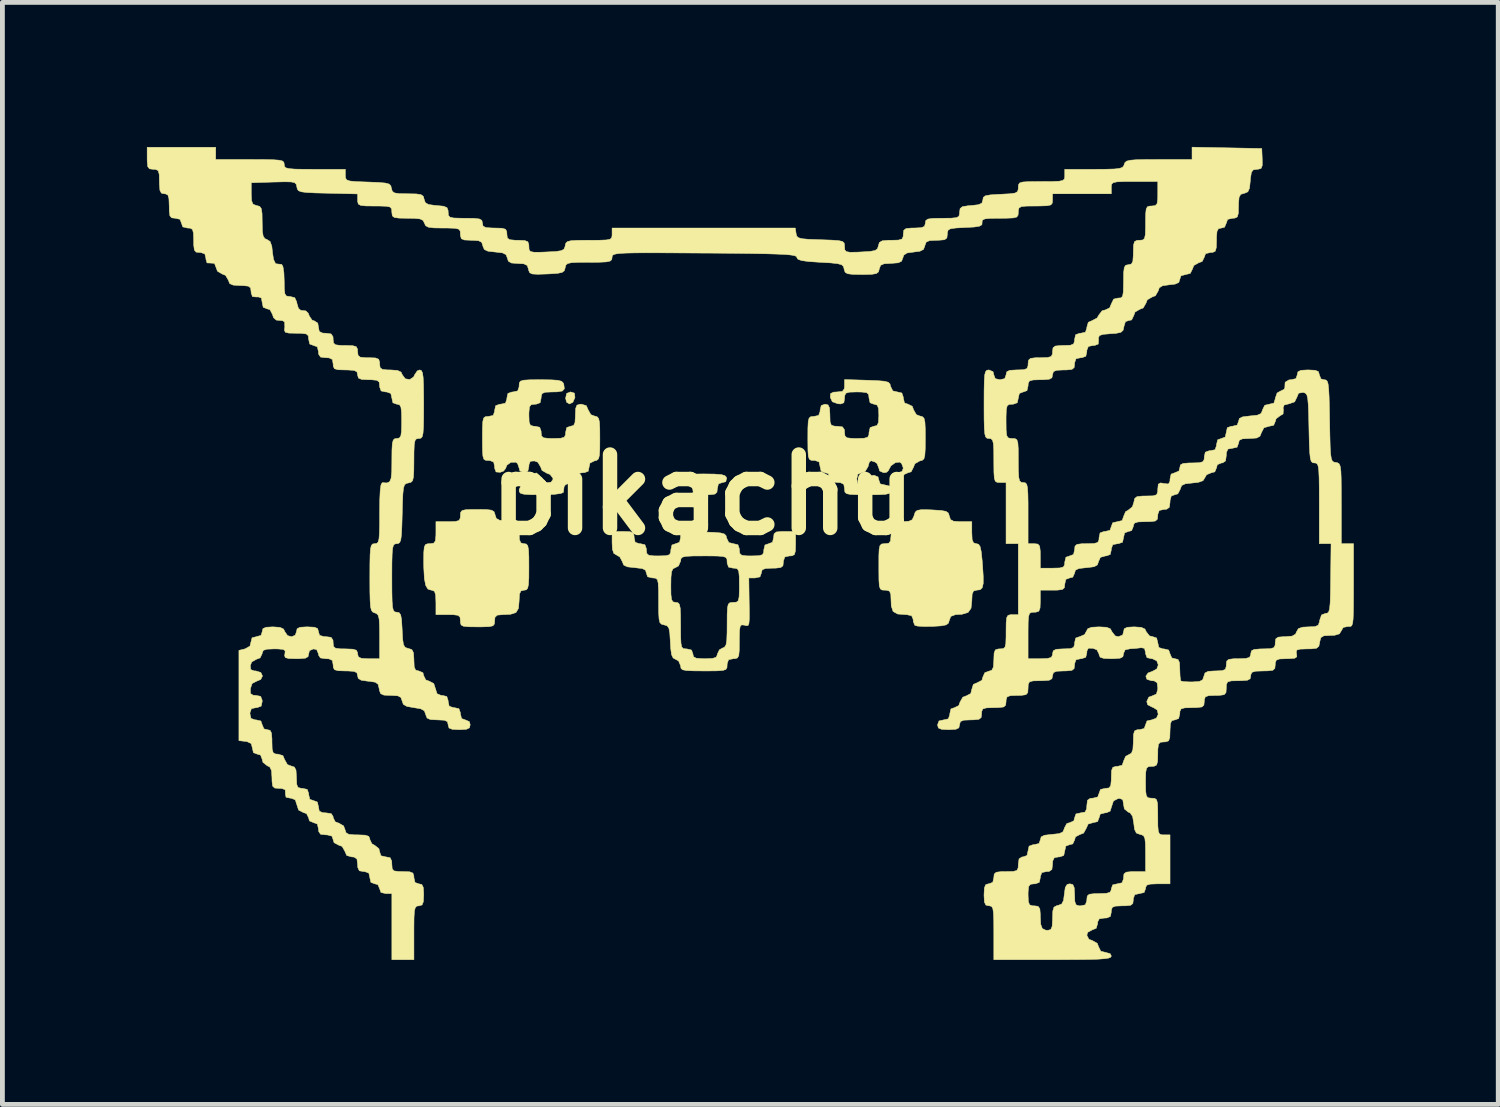
<source format=kicad_pcb>
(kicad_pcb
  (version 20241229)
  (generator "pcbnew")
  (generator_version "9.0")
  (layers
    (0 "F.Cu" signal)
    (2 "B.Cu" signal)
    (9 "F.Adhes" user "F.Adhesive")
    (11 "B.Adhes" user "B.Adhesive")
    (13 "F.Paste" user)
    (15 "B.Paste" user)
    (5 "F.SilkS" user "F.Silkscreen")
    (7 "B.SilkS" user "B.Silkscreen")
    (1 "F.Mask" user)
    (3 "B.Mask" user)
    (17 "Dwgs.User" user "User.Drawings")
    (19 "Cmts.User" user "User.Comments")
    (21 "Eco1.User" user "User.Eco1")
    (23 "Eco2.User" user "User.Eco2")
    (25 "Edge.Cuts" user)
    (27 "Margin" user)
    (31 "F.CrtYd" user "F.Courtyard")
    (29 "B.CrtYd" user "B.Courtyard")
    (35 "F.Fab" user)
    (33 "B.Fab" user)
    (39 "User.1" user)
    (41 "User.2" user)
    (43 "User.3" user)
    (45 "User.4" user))
  (footprint "pikachu"
    (layer "F.Cu")
    (at 11.537 7.221)
    (property "Reference" "pikachu" (at 0 0 0) (layer "F.SilkS") (effects (font (size 1.524 1.524) (thickness 0.3))))
    (attr through_hole)
    (fp_poly (pts (xy -3.95 -0.448) (xy -3.85 -0.405) (xy -3.816 -0.336) (xy -3.85 -0.275) (xy -3.933 -0.254) (xy -4.034 -0.276) (xy -4.064 -0.354) (xy -4.064 -0.359) (xy -4.04 -0.438) (xy -3.951 -0.448) (xy -3.95 -0.448)) (stroke (width 0.01) (type solid)) (fill yes) (layer "F.SilkS"))
    (fp_poly (pts (xy -2.661 -2.109) (xy -2.651 -2.02) (xy -2.651 -2.02) (xy -2.694 -1.92) (xy -2.763 -1.885) (xy -2.824 -1.92) (xy -2.845 -2.003) (xy -2.823 -2.104) (xy -2.745 -2.134) (xy -2.74 -2.134) (xy -2.661 -2.109)) (stroke (width 0.01) (type solid)) (fill yes) (layer "F.SilkS"))
    (fp_poly (pts (xy 0.246 -0.429) (xy 0.384 -0.419) (xy 0.46 -0.398) (xy 0.493 -0.363) (xy 0.498 -0.343) (xy 0.48 -0.27) (xy 0.41 -0.254) (xy 0.328 -0.226) (xy 0.305 -0.127) (xy 0.305 -0.127) (xy 0.297 -0.052) (xy 0.255 -0.014) (xy 0.153 -0.001) (xy 0.051 0) (xy -0.1 -0.004) (xy -0.175 -0.025) (xy -0.201 -0.076) (xy -0.203 -0.127) (xy -0.223 -0.223) (xy -0.304 -0.253) (xy -0.334 -0.254) (xy -0.43 -0.273) (xy -0.449 -0.337) (xy -0.448 -0.343) (xy -0.427 -0.386) (xy -0.371 -0.412) (xy -0.261 -0.426) (xy -0.076 -0.431) (xy 0.025 -0.432) (xy 0.246 -0.429)) (stroke (width 0.01) (type solid)) (fill yes) (layer "F.SilkS"))
    (fp_poly (pts (xy -4.491 0.307) (xy -4.384 0.32) (xy -4.331 0.35) (xy -4.311 0.404) (xy -4.309 0.419) (xy -4.284 0.491) (xy -4.217 0.529) (xy -4.08 0.547) (xy -4.051 0.549) (xy -3.81 0.564) (xy -3.81 0.79) (xy -3.803 0.932) (xy -3.775 0.999) (xy -3.714 1.016) (xy -3.708 1.016) (xy -3.661 1.023) (xy -3.631 1.058) (xy -3.615 1.138) (xy -3.608 1.283) (xy -3.607 1.499) (xy -3.608 1.723) (xy -3.616 1.864) (xy -3.633 1.942) (xy -3.663 1.975) (xy -3.708 1.981) (xy -3.772 1.997) (xy -3.802 2.06) (xy -3.81 2.197) (xy -3.81 2.204) (xy -3.823 2.358) (xy -3.875 2.445) (xy -3.989 2.482) (xy -4.144 2.489) (xy -4.263 2.499) (xy -4.311 2.544) (xy -4.318 2.616) (xy -4.323 2.683) (xy -4.354 2.721) (xy -4.431 2.738) (xy -4.579 2.743) (xy -4.674 2.743) (xy -4.859 2.741) (xy -4.966 2.73) (xy -5.015 2.703) (xy -5.029 2.65) (xy -5.029 2.616) (xy -5.037 2.541) (xy -5.079 2.503) (xy -5.181 2.49) (xy -5.283 2.489) (xy -5.537 2.489) (xy -5.537 2.235) (xy -5.543 2.082) (xy -5.566 2.006) (xy -5.617 1.982) (xy -5.633 1.981) (xy -5.703 1.959) (xy -5.749 1.883) (xy -5.777 1.74) (xy -5.789 1.515) (xy -5.791 1.384) (xy -5.789 1.194) (xy -5.779 1.085) (xy -5.753 1.033) (xy -5.704 1.017) (xy -5.664 1.016) (xy -5.586 1.007) (xy -5.549 0.96) (xy -5.538 0.849) (xy -5.537 0.787) (xy -5.537 0.559) (xy -5.283 0.559) (xy -5.132 0.555) (xy -5.057 0.534) (xy -5.032 0.483) (xy -5.029 0.432) (xy -5.024 0.365) (xy -4.993 0.327) (xy -4.915 0.31) (xy -4.766 0.305) (xy -4.677 0.305) (xy -4.491 0.307)) (stroke (width 0.01) (type solid)) (fill yes) (layer "F.SilkS"))
    (fp_poly (pts (xy 4.697 0.312) (xy 4.764 0.315) (xy 4.947 0.326) (xy 5.052 0.345) (xy 5.102 0.381) (xy 5.121 0.441) (xy 5.122 0.445) (xy 5.146 0.516) (xy 5.21 0.55) (xy 5.344 0.559) (xy 5.363 0.559) (xy 5.588 0.559) (xy 5.588 0.787) (xy 5.595 0.931) (xy 5.624 0.999) (xy 5.682 1.016) (xy 5.729 1.028) (xy 5.761 1.078) (xy 5.784 1.184) (xy 5.803 1.366) (xy 5.81 1.452) (xy 5.825 1.689) (xy 5.825 1.843) (xy 5.804 1.932) (xy 5.76 1.972) (xy 5.687 1.981) (xy 5.687 1.981) (xy 5.624 1.998) (xy 5.595 2.064) (xy 5.588 2.204) (xy 5.572 2.357) (xy 5.51 2.444) (xy 5.382 2.482) (xy 5.249 2.489) (xy 5.152 2.526) (xy 5.122 2.603) (xy 5.103 2.666) (xy 5.054 2.702) (xy 4.95 2.722) (xy 4.773 2.733) (xy 4.597 2.735) (xy 4.464 2.727) (xy 4.405 2.711) (xy 4.374 2.635) (xy 4.369 2.582) (xy 4.339 2.512) (xy 4.237 2.489) (xy 4.221 2.489) (xy 4.048 2.476) (xy 3.954 2.423) (xy 3.916 2.31) (xy 3.912 2.204) (xy 3.906 2.065) (xy 3.879 2) (xy 3.815 1.982) (xy 3.785 1.981) (xy 3.726 1.978) (xy 3.689 1.955) (xy 3.668 1.894) (xy 3.66 1.775) (xy 3.658 1.58) (xy 3.658 1.499) (xy 3.658 1.275) (xy 3.664 1.134) (xy 3.681 1.057) (xy 3.712 1.024) (xy 3.763 1.016) (xy 3.785 1.016) (xy 3.863 1.007) (xy 3.9 0.96) (xy 3.911 0.849) (xy 3.912 0.787) (xy 3.912 0.559) (xy 4.135 0.559) (xy 4.277 0.551) (xy 4.351 0.519) (xy 4.386 0.444) (xy 4.39 0.43) (xy 4.413 0.361) (xy 4.456 0.324) (xy 4.542 0.31) (xy 4.697 0.312)) (stroke (width 0.01) (type solid)) (fill yes) (layer "F.SilkS"))
    (fp_poly (pts (xy -3.141 -2.385) (xy -3.004 -2.376) (xy -2.928 -2.355) (xy -2.892 -2.319) (xy -2.882 -2.289) (xy -2.871 -2.201) (xy -2.911 -2.154) (xy -3.02 -2.136) (xy -3.133 -2.134) (xy -3.27 -2.128) (xy -3.334 -2.1) (xy -3.352 -2.034) (xy -3.353 -2.007) (xy -3.374 -1.91) (xy -3.456 -1.88) (xy -3.48 -1.88) (xy -3.558 -1.87) (xy -3.595 -1.824) (xy -3.606 -1.713) (xy -3.607 -1.651) (xy -3.602 -1.51) (xy -3.576 -1.443) (xy -3.514 -1.423) (xy -3.48 -1.422) (xy -3.383 -1.401) (xy -3.353 -1.319) (xy -3.353 -1.295) (xy -3.345 -1.22) (xy -3.303 -1.182) (xy -3.201 -1.17) (xy -3.099 -1.168) (xy -2.948 -1.173) (xy -2.873 -1.194) (xy -2.847 -1.244) (xy -2.845 -1.295) (xy -2.821 -1.395) (xy -2.743 -1.422) (xy -2.68 -1.437) (xy -2.65 -1.499) (xy -2.642 -1.635) (xy -2.642 -1.651) (xy -2.636 -1.792) (xy -2.61 -1.859) (xy -2.549 -1.879) (xy -2.518 -1.88) (xy -2.415 -1.85) (xy -2.378 -1.765) (xy -2.321 -1.663) (xy -2.248 -1.635) (xy -2.193 -1.621) (xy -2.16 -1.585) (xy -2.142 -1.506) (xy -2.135 -1.365) (xy -2.134 -1.168) (xy -2.135 -0.953) (xy -2.143 -0.819) (xy -2.162 -0.746) (xy -2.198 -0.714) (xy -2.248 -0.702) (xy -2.34 -0.656) (xy -2.358 -0.572) (xy -2.375 -0.488) (xy -2.453 -0.459) (xy -2.498 -0.457) (xy -2.606 -0.438) (xy -2.641 -0.372) (xy -2.642 -0.359) (xy -2.684 -0.271) (xy -2.756 -0.245) (xy -2.848 -0.208) (xy -2.877 -0.165) (xy -2.888 -0.065) (xy -2.889 -0.051) (xy -2.94 -0.027) (xy -3.074 -0.009) (xy -3.272 -0.001) (xy -3.353 0) (xy -3.57 -0.002) (xy -3.705 -0.01) (xy -3.777 -0.028) (xy -3.806 -0.062) (xy -3.81 -0.102) (xy -3.774 -0.187) (xy -3.714 -0.203) (xy -3.624 -0.249) (xy -3.586 -0.33) (xy -3.53 -0.429) (xy -3.451 -0.453) (xy -3.383 -0.396) (xy -3.368 -0.356) (xy -3.314 -0.282) (xy -3.228 -0.25) (xy -3.147 -0.261) (xy -3.107 -0.318) (xy -3.108 -0.343) (xy -3.166 -0.42) (xy -3.236 -0.448) (xy -3.336 -0.506) (xy -3.362 -0.575) (xy -3.421 -0.675) (xy -3.493 -0.702) (xy -3.578 -0.695) (xy -3.606 -0.623) (xy -3.607 -0.588) (xy -3.629 -0.486) (xy -3.708 -0.457) (xy -3.708 -0.457) (xy -3.794 -0.494) (xy -3.81 -0.553) (xy -3.841 -0.646) (xy -3.878 -0.676) (xy -3.981 -0.673) (xy -4.066 -0.612) (xy -4.089 -0.548) (xy -4.133 -0.491) (xy -4.204 -0.466) (xy -4.289 -0.473) (xy -4.317 -0.546) (xy -4.318 -0.581) (xy -4.338 -0.679) (xy -4.416 -0.71) (xy -4.445 -0.711) (xy -4.505 -0.715) (xy -4.542 -0.739) (xy -4.562 -0.803) (xy -4.57 -0.926) (xy -4.572 -1.128) (xy -4.572 -1.168) (xy -4.571 -1.385) (xy -4.564 -1.519) (xy -4.547 -1.591) (xy -4.512 -1.62) (xy -4.456 -1.626) (xy -4.445 -1.626) (xy -4.348 -1.647) (xy -4.319 -1.729) (xy -4.318 -1.753) (xy -4.297 -1.849) (xy -4.214 -1.879) (xy -4.191 -1.88) (xy -4.094 -1.901) (xy -4.065 -1.983) (xy -4.064 -2.007) (xy -4.043 -2.103) (xy -3.96 -2.133) (xy -3.937 -2.134) (xy -3.84 -2.155) (xy -3.811 -2.237) (xy -3.81 -2.261) (xy -3.806 -2.321) (xy -3.782 -2.358) (xy -3.718 -2.378) (xy -3.593 -2.386) (xy -3.389 -2.388) (xy -3.359 -2.388) (xy -3.141 -2.385)) (stroke (width 0.01) (type solid)) (fill yes) (layer "F.SilkS"))
    (fp_poly (pts (xy 3.416 -2.377) (xy 3.637 -2.368) (xy 3.776 -2.356) (xy 3.854 -2.335) (xy 3.889 -2.3) (xy 3.902 -2.248) (xy 3.948 -2.156) (xy 4.042 -2.134) (xy 4.136 -2.112) (xy 4.165 -2.027) (xy 4.166 -2.007) (xy 4.19 -1.906) (xy 4.264 -1.88) (xy 4.352 -1.837) (xy 4.378 -1.765) (xy 4.436 -1.663) (xy 4.508 -1.635) (xy 4.563 -1.621) (xy 4.597 -1.585) (xy 4.615 -1.506) (xy 4.622 -1.365) (xy 4.623 -1.168) (xy 4.621 -0.953) (xy 4.613 -0.819) (xy 4.594 -0.746) (xy 4.558 -0.714) (xy 4.508 -0.702) (xy 4.406 -0.644) (xy 4.378 -0.572) (xy 4.328 -0.476) (xy 4.264 -0.457) (xy 4.181 -0.42) (xy 4.166 -0.356) (xy 4.136 -0.276) (xy 4.039 -0.254) (xy 3.939 -0.278) (xy 3.912 -0.356) (xy 3.941 -0.435) (xy 4.039 -0.457) (xy 4.139 -0.482) (xy 4.166 -0.553) (xy 4.131 -0.648) (xy 4.091 -0.678) (xy 4.002 -0.667) (xy 3.91 -0.601) (xy 3.862 -0.515) (xy 3.861 -0.504) (xy 3.818 -0.466) (xy 3.759 -0.457) (xy 3.674 -0.494) (xy 3.658 -0.553) (xy 3.62 -0.649) (xy 3.577 -0.68) (xy 3.498 -0.706) (xy 3.461 -0.68) (xy 3.434 -0.584) (xy 3.371 -0.479) (xy 3.301 -0.457) (xy 3.222 -0.427) (xy 3.2 -0.33) (xy 3.221 -0.234) (xy 3.304 -0.204) (xy 3.327 -0.203) (xy 3.427 -0.227) (xy 3.454 -0.305) (xy 3.49 -0.39) (xy 3.556 -0.406) (xy 3.641 -0.37) (xy 3.658 -0.305) (xy 3.687 -0.225) (xy 3.785 -0.203) (xy 3.884 -0.179) (xy 3.912 -0.102) (xy 3.904 -0.054) (xy 3.87 -0.025) (xy 3.789 -0.008) (xy 3.644 -0.001) (xy 3.429 0) (xy 3.205 -0.001) (xy 3.064 -0.007) (xy 2.987 -0.023) (xy 2.954 -0.054) (xy 2.947 -0.106) (xy 2.946 -0.127) (xy 2.93 -0.218) (xy 2.86 -0.251) (xy 2.794 -0.254) (xy 2.682 -0.27) (xy 2.643 -0.329) (xy 2.642 -0.356) (xy 2.606 -0.441) (xy 2.54 -0.457) (xy 2.46 -0.487) (xy 2.438 -0.584) (xy 2.417 -0.681) (xy 2.335 -0.711) (xy 2.311 -0.711) (xy 2.251 -0.715) (xy 2.214 -0.739) (xy 2.194 -0.803) (xy 2.186 -0.926) (xy 2.184 -1.128) (xy 2.184 -1.168) (xy 2.185 -1.385) (xy 2.192 -1.519) (xy 2.21 -1.591) (xy 2.244 -1.62) (xy 2.3 -1.626) (xy 2.311 -1.626) (xy 2.408 -1.647) (xy 2.438 -1.729) (xy 2.438 -1.753) (xy 2.462 -1.852) (xy 2.54 -1.88) (xy 2.603 -1.865) (xy 2.634 -1.803) (xy 2.642 -1.667) (xy 2.642 -1.651) (xy 2.646 -1.51) (xy 2.672 -1.444) (xy 2.737 -1.424) (xy 2.794 -1.422) (xy 2.903 -1.409) (xy 2.943 -1.351) (xy 2.946 -1.295) (xy 2.955 -1.22) (xy 2.997 -1.182) (xy 3.098 -1.17) (xy 3.2 -1.168) (xy 3.351 -1.173) (xy 3.426 -1.194) (xy 3.452 -1.244) (xy 3.454 -1.295) (xy 3.478 -1.395) (xy 3.556 -1.422) (xy 3.619 -1.437) (xy 3.65 -1.499) (xy 3.658 -1.635) (xy 3.658 -1.651) (xy 3.651 -1.794) (xy 3.623 -1.861) (xy 3.563 -1.88) (xy 3.556 -1.88) (xy 3.476 -1.909) (xy 3.454 -2.007) (xy 3.446 -2.082) (xy 3.404 -2.12) (xy 3.302 -2.132) (xy 3.2 -2.134) (xy 3.05 -2.13) (xy 2.975 -2.109) (xy 2.949 -2.058) (xy 2.946 -2.003) (xy 2.932 -1.91) (xy 2.867 -1.885) (xy 2.807 -1.889) (xy 2.692 -1.931) (xy 2.651 -2.019) (xy 2.655 -2.1) (xy 2.717 -2.13) (xy 2.79 -2.134) (xy 2.901 -2.146) (xy 2.942 -2.202) (xy 2.946 -2.263) (xy 2.946 -2.391) (xy 3.416 -2.377)) (stroke (width 0.01) (type solid)) (fill yes) (layer "F.SilkS"))
    (fp_poly (pts (xy 0.013 0.773) (xy 0.234 0.781) (xy 0.373 0.793) (xy 0.45 0.814) (xy 0.486 0.85) (xy 0.499 0.902) (xy 0.544 0.993) (xy 0.639 1.016) (xy 0.733 1.038) (xy 0.762 1.123) (xy 0.762 1.143) (xy 0.77 1.218) (xy 0.812 1.256) (xy 0.914 1.269) (xy 1.016 1.27) (xy 1.167 1.266) (xy 1.242 1.245) (xy 1.268 1.194) (xy 1.27 1.143) (xy 1.294 1.043) (xy 1.372 1.016) (xy 1.451 0.986) (xy 1.473 0.889) (xy 1.483 0.811) (xy 1.529 0.773) (xy 1.64 0.762) (xy 1.702 0.762) (xy 1.93 0.762) (xy 1.93 1.016) (xy 1.926 1.167) (xy 1.905 1.242) (xy 1.854 1.268) (xy 1.803 1.27) (xy 1.707 1.291) (xy 1.677 1.374) (xy 1.676 1.397) (xy 1.667 1.475) (xy 1.62 1.512) (xy 1.509 1.524) (xy 1.448 1.524) (xy 1.305 1.531) (xy 1.237 1.558) (xy 1.219 1.618) (xy 1.219 1.626) (xy 1.19 1.705) (xy 1.089 1.727) (xy 0.959 1.727) (xy 0.965 2.172) (xy 0.969 2.418) (xy 0.969 2.579) (xy 0.961 2.671) (xy 0.944 2.713) (xy 0.914 2.719) (xy 0.867 2.708) (xy 0.864 2.707) (xy 0.811 2.701) (xy 0.78 2.73) (xy 0.766 2.815) (xy 0.762 2.976) (xy 0.762 3.042) (xy 0.76 3.23) (xy 0.75 3.338) (xy 0.723 3.388) (xy 0.672 3.403) (xy 0.635 3.404) (xy 0.538 3.425) (xy 0.509 3.507) (xy 0.508 3.531) (xy 0.505 3.589) (xy 0.482 3.627) (xy 0.421 3.647) (xy 0.302 3.656) (xy 0.107 3.658) (xy 0.025 3.658) (xy -0.199 3.656) (xy -0.34 3.649) (xy -0.418 3.633) (xy -0.45 3.602) (xy -0.457 3.553) (xy -0.457 3.551) (xy -0.5 3.45) (xy -0.557 3.419) (xy -0.612 3.389) (xy -0.645 3.321) (xy -0.663 3.191) (xy -0.671 3.055) (xy -0.682 2.874) (xy -0.701 2.77) (xy -0.738 2.72) (xy -0.799 2.702) (xy -0.8 2.702) (xy -0.853 2.688) (xy -0.887 2.654) (xy -0.905 2.579) (xy -0.913 2.443) (xy -0.914 2.227) (xy -0.914 2.206) (xy -0.915 1.984) (xy -0.92 1.886) (xy -0.66 1.886) (xy -0.658 2.071) (xy -0.645 2.176) (xy -0.616 2.223) (xy -0.564 2.235) (xy -0.559 2.235) (xy -0.512 2.242) (xy -0.482 2.277) (xy -0.465 2.357) (xy -0.459 2.503) (xy -0.457 2.718) (xy -0.456 2.941) (xy -0.45 3.082) (xy -0.434 3.16) (xy -0.403 3.193) (xy -0.352 3.2) (xy -0.33 3.2) (xy -0.231 3.224) (xy -0.203 3.302) (xy -0.19 3.363) (xy -0.133 3.393) (xy -0.008 3.403) (xy 0.051 3.404) (xy 0.204 3.398) (xy 0.28 3.374) (xy 0.304 3.324) (xy 0.305 3.308) (xy 0.348 3.219) (xy 0.406 3.186) (xy 0.455 3.164) (xy 0.485 3.116) (xy 0.501 3.022) (xy 0.507 2.861) (xy 0.508 2.697) (xy 0.509 2.479) (xy 0.516 2.344) (xy 0.533 2.271) (xy 0.567 2.241) (xy 0.622 2.235) (xy 0.635 2.235) (xy 0.701 2.23) (xy 0.739 2.2) (xy 0.757 2.122) (xy 0.762 1.974) (xy 0.762 1.88) (xy 0.76 1.694) (xy 0.749 1.587) (xy 0.721 1.538) (xy 0.669 1.525) (xy 0.635 1.524) (xy 0.538 1.503) (xy 0.509 1.42) (xy 0.508 1.397) (xy 0.505 1.338) (xy 0.482 1.301) (xy 0.421 1.281) (xy 0.302 1.272) (xy 0.107 1.27) (xy 0.025 1.27) (xy -0.199 1.271) (xy -0.34 1.278) (xy -0.418 1.295) (xy -0.45 1.326) (xy -0.457 1.374) (xy -0.457 1.376) (xy -0.501 1.478) (xy -0.559 1.509) (xy -0.613 1.535) (xy -0.644 1.594) (xy -0.657 1.709) (xy -0.66 1.886) (xy -0.92 1.886) (xy -0.921 1.844) (xy -0.938 1.767) (xy -0.969 1.735) (xy -1.021 1.727) (xy -1.041 1.727) (xy -1.142 1.703) (xy -1.168 1.628) (xy -1.186 1.566) (xy -1.254 1.532) (xy -1.398 1.515) (xy -1.41 1.514) (xy -1.56 1.497) (xy -1.637 1.462) (xy -1.665 1.397) (xy -1.667 1.389) (xy -1.72 1.291) (xy -1.781 1.255) (xy -1.844 1.218) (xy -1.873 1.132) (xy -1.88 0.995) (xy -1.88 0.762) (xy -1.651 0.762) (xy -1.51 0.767) (xy -1.443 0.793) (xy -1.423 0.855) (xy -1.422 0.889) (xy -1.401 0.986) (xy -1.319 1.015) (xy -1.295 1.016) (xy -1.199 1.037) (xy -1.169 1.12) (xy -1.168 1.143) (xy -1.16 1.218) (xy -1.118 1.256) (xy -1.016 1.269) (xy -0.914 1.27) (xy -0.764 1.266) (xy -0.688 1.245) (xy -0.663 1.194) (xy -0.66 1.143) (xy -0.637 1.043) (xy -0.559 1.016) (xy -0.48 0.987) (xy -0.457 0.887) (xy -0.457 0.758) (xy 0.013 0.773)) (stroke (width 0.01) (type solid)) (fill yes) (layer "F.SilkS"))
    (fp_poly (pts (xy 11.608 -7.188) (xy 11.617 -6.972) (xy 11.618 -6.836) (xy 11.593 -6.774) (xy 11.529 -6.757) (xy 11.506 -6.756) (xy 11.432 -6.745) (xy 11.393 -6.695) (xy 11.374 -6.578) (xy 11.369 -6.515) (xy 11.353 -6.365) (xy 11.319 -6.289) (xy 11.253 -6.26) (xy 11.239 -6.258) (xy 11.171 -6.236) (xy 11.137 -6.177) (xy 11.126 -6.054) (xy 11.125 -5.991) (xy 11.121 -5.841) (xy 11.099 -5.767) (xy 11.047 -5.743) (xy 10.998 -5.74) (xy 10.899 -5.717) (xy 10.871 -5.639) (xy 10.835 -5.554) (xy 10.77 -5.537) (xy 10.709 -5.524) (xy 10.678 -5.467) (xy 10.668 -5.342) (xy 10.668 -5.283) (xy 10.664 -5.132) (xy 10.643 -5.057) (xy 10.592 -5.032) (xy 10.541 -5.029) (xy 10.441 -5.005) (xy 10.414 -4.931) (xy 10.371 -4.843) (xy 10.3 -4.817) (xy 10.197 -4.759) (xy 10.169 -4.686) (xy 10.124 -4.595) (xy 10.029 -4.572) (xy 9.931 -4.546) (xy 9.906 -4.473) (xy 9.886 -4.408) (xy 9.81 -4.373) (xy 9.69 -4.359) (xy 9.549 -4.339) (xy 9.48 -4.297) (xy 9.458 -4.232) (xy 9.4 -4.132) (xy 9.331 -4.105) (xy 9.231 -4.047) (xy 9.204 -3.978) (xy 9.146 -3.878) (xy 9.077 -3.851) (xy 8.977 -3.793) (xy 8.95 -3.72) (xy 8.906 -3.629) (xy 8.848 -3.618) (xy 8.777 -3.593) (xy 8.747 -3.495) (xy 8.729 -3.414) (xy 8.681 -3.371) (xy 8.576 -3.35) (xy 8.468 -3.343) (xy 8.314 -3.33) (xy 8.238 -3.305) (xy 8.217 -3.258) (xy 8.22 -3.213) (xy 8.213 -3.128) (xy 8.14 -3.1) (xy 8.106 -3.099) (xy 8.008 -3.079) (xy 7.976 -3) (xy 7.976 -2.972) (xy 7.955 -2.875) (xy 7.872 -2.845) (xy 7.849 -2.845) (xy 7.752 -2.824) (xy 7.722 -2.741) (xy 7.722 -2.718) (xy 7.712 -2.639) (xy 7.666 -2.602) (xy 7.555 -2.591) (xy 7.493 -2.591) (xy 7.35 -2.584) (xy 7.283 -2.557) (xy 7.264 -2.496) (xy 7.264 -2.489) (xy 7.251 -2.428) (xy 7.194 -2.398) (xy 7.069 -2.388) (xy 7.01 -2.388) (xy 6.86 -2.383) (xy 6.784 -2.362) (xy 6.759 -2.312) (xy 6.756 -2.261) (xy 6.733 -2.161) (xy 6.655 -2.134) (xy 6.575 -2.104) (xy 6.553 -2.007) (xy 6.532 -1.91) (xy 6.45 -1.88) (xy 6.426 -1.88) (xy 6.36 -1.874) (xy 6.322 -1.844) (xy 6.304 -1.766) (xy 6.299 -1.619) (xy 6.299 -1.524) (xy 6.301 -1.338) (xy 6.312 -1.232) (xy 6.34 -1.183) (xy 6.392 -1.169) (xy 6.426 -1.168) (xy 6.486 -1.165) (xy 6.524 -1.141) (xy 6.544 -1.077) (xy 6.552 -0.954) (xy 6.553 -0.752) (xy 6.553 -0.711) (xy 6.555 -0.494) (xy 6.563 -0.359) (xy 6.581 -0.287) (xy 6.615 -0.258) (xy 6.655 -0.254) (xy 6.697 -0.248) (xy 6.726 -0.22) (xy 6.743 -0.152) (xy 6.752 -0.029) (xy 6.756 0.166) (xy 6.756 0.381) (xy 6.756 1.016) (xy 6.883 1.016) (xy 6.959 1.024) (xy 6.996 1.066) (xy 7.009 1.168) (xy 7.01 1.27) (xy 7.01 1.524) (xy 7.264 1.524) (xy 7.415 1.52) (xy 7.49 1.499) (xy 7.516 1.448) (xy 7.518 1.397) (xy 7.542 1.297) (xy 7.62 1.27) (xy 7.7 1.24) (xy 7.722 1.143) (xy 7.73 1.068) (xy 7.772 1.03) (xy 7.874 1.017) (xy 7.976 1.016) (xy 8.126 1.012) (xy 8.202 0.991) (xy 8.227 0.94) (xy 8.23 0.889) (xy 8.251 0.792) (xy 8.333 0.763) (xy 8.357 0.762) (xy 8.456 0.738) (xy 8.484 0.66) (xy 8.513 0.581) (xy 8.611 0.559) (xy 8.709 0.536) (xy 8.738 0.454) (xy 8.738 0.452) (xy 8.78 0.352) (xy 8.836 0.32) (xy 8.922 0.25) (xy 8.951 0.16) (xy 8.969 0.078) (xy 9.018 0.039) (xy 9.126 0.027) (xy 9.207 0.026) (xy 9.353 0.023) (xy 9.424 0.000489) (xy 9.447 -0.057) (xy 9.449 -0.119) (xy 9.459 -0.22) (xy 9.509 -0.246) (xy 9.576 -0.233) (xy 9.669 -0.223) (xy 9.701 -0.277) (xy 9.703 -0.329) (xy 9.726 -0.429) (xy 9.804 -0.457) (xy 9.889 -0.493) (xy 9.906 -0.559) (xy 9.919 -0.62) (xy 9.976 -0.65) (xy 10.101 -0.66) (xy 10.16 -0.66) (xy 10.311 -0.665) (xy 10.386 -0.686) (xy 10.412 -0.736) (xy 10.414 -0.787) (xy 10.435 -0.884) (xy 10.518 -0.914) (xy 10.541 -0.914) (xy 10.638 -0.935) (xy 10.667 -1.018) (xy 10.668 -1.041) (xy 10.692 -1.141) (xy 10.77 -1.168) (xy 10.849 -1.198) (xy 10.871 -1.295) (xy 10.892 -1.392) (xy 10.975 -1.422) (xy 10.998 -1.422) (xy 11.098 -1.447) (xy 11.125 -1.521) (xy 11.143 -1.583) (xy 11.211 -1.617) (xy 11.355 -1.635) (xy 11.367 -1.636) (xy 11.516 -1.652) (xy 11.592 -1.686) (xy 11.622 -1.752) (xy 11.624 -1.765) (xy 11.669 -1.857) (xy 11.764 -1.88) (xy 11.859 -1.902) (xy 11.887 -1.989) (xy 11.887 -2.001) (xy 11.926 -2.112) (xy 11.99 -2.149) (xy 12.07 -2.188) (xy 12.086 -2.218) (xy 12.092 -2.335) (xy 12.172 -2.384) (xy 12.217 -2.388) (xy 12.317 -2.411) (xy 12.344 -2.489) (xy 12.359 -2.553) (xy 12.421 -2.583) (xy 12.557 -2.591) (xy 12.573 -2.591) (xy 12.716 -2.584) (xy 12.783 -2.557) (xy 12.802 -2.496) (xy 12.802 -2.489) (xy 12.838 -2.404) (xy 12.902 -2.388) (xy 12.939 -2.382) (xy 12.966 -2.357) (xy 12.985 -2.298) (xy 12.997 -2.191) (xy 13.006 -2.021) (xy 13.012 -1.774) (xy 13.016 -1.537) (xy 13.022 -1.225) (xy 13.028 -1) (xy 13.037 -0.848) (xy 13.051 -0.753) (xy 13.072 -0.701) (xy 13.103 -0.678) (xy 13.145 -0.67) (xy 13.187 -0.661) (xy 13.217 -0.638) (xy 13.237 -0.587) (xy 13.25 -0.493) (xy 13.256 -0.34) (xy 13.258 -0.115) (xy 13.259 0.181) (xy 13.259 1.016) (xy 13.513 1.016) (xy 13.513 1.883) (xy 13.512 2.198) (xy 13.51 2.425) (xy 13.504 2.579) (xy 13.493 2.672) (xy 13.474 2.72) (xy 13.446 2.736) (xy 13.407 2.735) (xy 13.401 2.734) (xy 13.299 2.754) (xy 13.262 2.819) (xy 13.219 2.888) (xy 13.122 2.917) (xy 13.03 2.921) (xy 12.898 2.928) (xy 12.836 2.964) (xy 12.812 3.048) (xy 12.811 3.061) (xy 12.793 3.145) (xy 12.746 3.186) (xy 12.642 3.199) (xy 12.549 3.2) (xy 12.403 3.205) (xy 12.335 3.225) (xy 12.323 3.272) (xy 12.33 3.302) (xy 12.335 3.364) (xy 12.292 3.394) (xy 12.178 3.403) (xy 12.122 3.404) (xy 11.978 3.409) (xy 11.91 3.433) (xy 11.888 3.492) (xy 11.887 3.531) (xy 11.879 3.606) (xy 11.837 3.644) (xy 11.735 3.656) (xy 11.633 3.658) (xy 11.481 3.663) (xy 11.405 3.686) (xy 11.38 3.736) (xy 11.379 3.759) (xy 11.366 3.82) (xy 11.309 3.851) (xy 11.184 3.86) (xy 11.125 3.861) (xy 10.975 3.864) (xy 10.9 3.885) (xy 10.874 3.938) (xy 10.871 4.013) (xy 10.865 4.107) (xy 10.826 4.151) (xy 10.729 4.165) (xy 10.643 4.166) (xy 10.502 4.171) (xy 10.435 4.197) (xy 10.415 4.258) (xy 10.414 4.293) (xy 10.406 4.368) (xy 10.364 4.406) (xy 10.262 4.418) (xy 10.16 4.42) (xy 10.009 4.424) (xy 9.934 4.445) (xy 9.908 4.496) (xy 9.906 4.547) (xy 9.882 4.646) (xy 9.804 4.674) (xy 9.741 4.689) (xy 9.711 4.751) (xy 9.703 4.886) (xy 9.703 4.902) (xy 9.698 5.043) (xy 9.672 5.11) (xy 9.61 5.13) (xy 9.576 5.131) (xy 9.5 5.139) (xy 9.463 5.181) (xy 9.45 5.283) (xy 9.449 5.385) (xy 9.445 5.536) (xy 9.424 5.611) (xy 9.373 5.636) (xy 9.322 5.639) (xy 9.254 5.645) (xy 9.216 5.677) (xy 9.199 5.76) (xy 9.195 5.915) (xy 9.195 5.969) (xy 9.197 6.147) (xy 9.21 6.245) (xy 9.241 6.289) (xy 9.301 6.299) (xy 9.322 6.299) (xy 9.386 6.304) (xy 9.424 6.332) (xy 9.443 6.406) (xy 9.448 6.546) (xy 9.449 6.68) (xy 9.45 6.874) (xy 9.46 6.988) (xy 9.484 7.042) (xy 9.531 7.06) (xy 9.576 7.061) (xy 9.703 7.061) (xy 9.703 8.077) (xy 9.449 8.077) (xy 9.296 8.083) (xy 9.22 8.105) (xy 9.196 8.155) (xy 9.195 8.179) (xy 9.165 8.258) (xy 9.068 8.28) (xy 8.971 8.301) (xy 8.941 8.384) (xy 8.941 8.407) (xy 8.931 8.486) (xy 8.885 8.523) (xy 8.774 8.534) (xy 8.712 8.534) (xy 8.571 8.54) (xy 8.504 8.566) (xy 8.484 8.627) (xy 8.484 8.661) (xy 8.466 8.754) (xy 8.392 8.786) (xy 8.34 8.788) (xy 8.235 8.804) (xy 8.201 8.867) (xy 8.2 8.903) (xy 8.171 9) (xy 8.09 9.033) (xy 7.995 9.083) (xy 7.976 9.144) (xy 8.019 9.229) (xy 8.09 9.255) (xy 8.193 9.313) (xy 8.22 9.385) (xy 8.266 9.477) (xy 8.36 9.5) (xy 8.46 9.527) (xy 8.484 9.576) (xy 8.472 9.6) (xy 8.429 9.619) (xy 8.344 9.632) (xy 8.206 9.642) (xy 8.002 9.648) (xy 7.722 9.651) (xy 7.354 9.652) (xy 7.264 9.652) (xy 6.045 9.652) (xy 6.045 9.093) (xy 6.044 8.849) (xy 6.038 8.688) (xy 6.025 8.594) (xy 6.001 8.549) (xy 5.963 8.535) (xy 5.944 8.534) (xy 5.88 8.519) (xy 5.85 8.457) (xy 5.842 8.322) (xy 5.842 8.306) (xy 6.756 8.306) (xy 6.762 8.447) (xy 6.788 8.514) (xy 6.849 8.534) (xy 6.883 8.534) (xy 6.963 8.544) (xy 7 8.593) (xy 7.01 8.707) (xy 7.01 8.755) (xy 7.019 8.92) (xy 7.052 9.007) (xy 7.123 9.04) (xy 7.171 9.042) (xy 7.228 9.026) (xy 7.256 8.96) (xy 7.264 8.821) (xy 7.264 8.792) (xy 7.27 8.64) (xy 7.294 8.562) (xy 7.35 8.531) (xy 7.379 8.525) (xy 7.454 8.497) (xy 7.492 8.422) (xy 7.509 8.293) (xy 7.528 8.153) (xy 7.567 8.09) (xy 7.623 8.077) (xy 7.685 8.093) (xy 7.714 8.158) (xy 7.722 8.297) (xy 7.722 8.306) (xy 7.727 8.447) (xy 7.753 8.514) (xy 7.814 8.534) (xy 7.849 8.534) (xy 7.945 8.513) (xy 7.975 8.431) (xy 7.976 8.407) (xy 7.984 8.332) (xy 8.026 8.294) (xy 8.128 8.282) (xy 8.23 8.28) (xy 8.382 8.275) (xy 8.458 8.252) (xy 8.483 8.202) (xy 8.484 8.179) (xy 8.513 8.099) (xy 8.611 8.077) (xy 8.707 8.056) (xy 8.737 7.974) (xy 8.738 7.95) (xy 8.747 7.872) (xy 8.794 7.835) (xy 8.905 7.824) (xy 8.966 7.823) (xy 9.195 7.823) (xy 9.195 7.446) (xy 9.193 7.252) (xy 9.181 7.137) (xy 9.155 7.08) (xy 9.107 7.057) (xy 9.081 7.052) (xy 9.004 7.023) (xy 8.966 6.946) (xy 8.951 6.825) (xy 8.926 6.677) (xy 8.873 6.603) (xy 8.837 6.589) (xy 8.755 6.522) (xy 8.738 6.427) (xy 8.722 6.33) (xy 8.659 6.305) (xy 8.623 6.308) (xy 8.529 6.357) (xy 8.493 6.464) (xy 8.46 6.569) (xy 8.378 6.603) (xy 8.353 6.604) (xy 8.255 6.629) (xy 8.23 6.706) (xy 8.199 6.786) (xy 8.106 6.807) (xy 8.003 6.837) (xy 7.966 6.921) (xy 7.909 7.024) (xy 7.836 7.052) (xy 7.74 7.102) (xy 7.722 7.166) (xy 7.684 7.249) (xy 7.62 7.264) (xy 7.54 7.294) (xy 7.518 7.391) (xy 7.497 7.488) (xy 7.415 7.518) (xy 7.391 7.518) (xy 7.301 7.535) (xy 7.267 7.605) (xy 7.264 7.671) (xy 7.251 7.78) (xy 7.193 7.82) (xy 7.137 7.823) (xy 7.041 7.844) (xy 7.011 7.927) (xy 7.01 7.95) (xy 6.989 8.047) (xy 6.907 8.077) (xy 6.883 8.077) (xy 6.805 8.087) (xy 6.768 8.133) (xy 6.757 8.244) (xy 6.756 8.306) (xy 5.842 8.306) (xy 5.849 8.163) (xy 5.876 8.095) (xy 5.936 8.077) (xy 5.944 8.077) (xy 6.023 8.047) (xy 6.045 7.95) (xy 6.053 7.875) (xy 6.095 7.837) (xy 6.197 7.824) (xy 6.299 7.823) (xy 6.45 7.82) (xy 6.525 7.799) (xy 6.55 7.746) (xy 6.553 7.671) (xy 6.569 7.559) (xy 6.629 7.52) (xy 6.655 7.518) (xy 6.734 7.489) (xy 6.756 7.391) (xy 6.777 7.295) (xy 6.86 7.265) (xy 6.883 7.264) (xy 6.984 7.24) (xy 7.01 7.166) (xy 7.028 7.103) (xy 7.096 7.069) (xy 7.24 7.052) (xy 7.252 7.051) (xy 7.402 7.035) (xy 7.477 7.001) (xy 7.507 6.935) (xy 7.509 6.921) (xy 7.56 6.826) (xy 7.624 6.807) (xy 7.706 6.77) (xy 7.722 6.706) (xy 7.751 6.626) (xy 7.849 6.604) (xy 7.939 6.588) (xy 7.973 6.518) (xy 7.976 6.452) (xy 7.989 6.343) (xy 8.047 6.303) (xy 8.103 6.299) (xy 8.202 6.275) (xy 8.23 6.198) (xy 8.259 6.118) (xy 8.357 6.096) (xy 8.435 6.087) (xy 8.472 6.04) (xy 8.483 5.929) (xy 8.484 5.867) (xy 8.489 5.726) (xy 8.515 5.66) (xy 8.576 5.64) (xy 8.611 5.639) (xy 8.709 5.616) (xy 8.738 5.534) (xy 8.738 5.532) (xy 8.781 5.431) (xy 8.839 5.4) (xy 8.902 5.365) (xy 8.932 5.287) (xy 8.941 5.138) (xy 8.941 5.125) (xy 8.945 4.976) (xy 8.967 4.903) (xy 9.02 4.879) (xy 9.068 4.877) (xy 9.167 4.853) (xy 9.195 4.775) (xy 9.225 4.696) (xy 9.322 4.674) (xy 9.42 4.638) (xy 9.458 4.557) (xy 9.436 4.469) (xy 9.35 4.413) (xy 9.335 4.41) (xy 9.239 4.36) (xy 9.22 4.293) (xy 9.262 4.202) (xy 9.335 4.175) (xy 9.42 4.138) (xy 9.448 4.041) (xy 9.449 4.01) (xy 9.435 3.903) (xy 9.374 3.864) (xy 9.318 3.861) (xy 9.224 3.832) (xy 9.201 3.767) (xy 9.247 3.7) (xy 9.335 3.667) (xy 9.428 3.618) (xy 9.459 3.532) (xy 9.428 3.448) (xy 9.337 3.404) (xy 9.322 3.404) (xy 9.225 3.382) (xy 9.195 3.3) (xy 9.195 3.281) (xy 9.174 3.189) (xy 9.106 3.176) (xy 8.987 3.19) (xy 8.877 3.197) (xy 8.771 3.22) (xy 8.738 3.293) (xy 8.738 3.302) (xy 8.724 3.363) (xy 8.667 3.393) (xy 8.542 3.403) (xy 8.484 3.404) (xy 8.33 3.398) (xy 8.254 3.374) (xy 8.23 3.324) (xy 8.23 3.308) (xy 8.185 3.22) (xy 8.103 3.188) (xy 8.008 3.185) (xy 7.977 3.245) (xy 7.976 3.284) (xy 7.953 3.375) (xy 7.866 3.403) (xy 7.849 3.404) (xy 7.752 3.425) (xy 7.722 3.507) (xy 7.722 3.531) (xy 7.712 3.609) (xy 7.666 3.646) (xy 7.555 3.657) (xy 7.493 3.658) (xy 7.35 3.664) (xy 7.283 3.692) (xy 7.264 3.752) (xy 7.264 3.759) (xy 7.251 3.82) (xy 7.194 3.851) (xy 7.069 3.86) (xy 7.01 3.861) (xy 6.86 3.864) (xy 6.785 3.885) (xy 6.759 3.938) (xy 6.756 4.013) (xy 6.75 4.107) (xy 6.712 4.151) (xy 6.614 4.165) (xy 6.528 4.166) (xy 6.387 4.171) (xy 6.32 4.197) (xy 6.3 4.258) (xy 6.299 4.293) (xy 6.291 4.368) (xy 6.249 4.406) (xy 6.147 4.418) (xy 6.045 4.42) (xy 5.894 4.424) (xy 5.819 4.445) (xy 5.794 4.496) (xy 5.791 4.547) (xy 5.782 4.625) (xy 5.735 4.662) (xy 5.624 4.673) (xy 5.563 4.674) (xy 5.42 4.68) (xy 5.352 4.708) (xy 5.334 4.768) (xy 5.334 4.775) (xy 5.319 4.839) (xy 5.257 4.869) (xy 5.122 4.877) (xy 5.105 4.877) (xy 4.963 4.87) (xy 4.895 4.843) (xy 4.877 4.782) (xy 4.877 4.775) (xy 4.907 4.696) (xy 5.004 4.674) (xy 5.1 4.653) (xy 5.13 4.57) (xy 5.131 4.547) (xy 5.155 4.446) (xy 5.229 4.42) (xy 5.317 4.377) (xy 5.343 4.305) (xy 5.401 4.203) (xy 5.474 4.175) (xy 5.566 4.128) (xy 5.588 4.039) (xy 5.62 3.937) (xy 5.702 3.902) (xy 5.798 3.852) (xy 5.817 3.785) (xy 5.858 3.694) (xy 5.931 3.667) (xy 6.003 3.643) (xy 6.036 3.578) (xy 6.045 3.444) (xy 6.045 3.425) (xy 6.051 3.286) (xy 6.077 3.22) (xy 6.141 3.201) (xy 6.172 3.2) (xy 6.239 3.195) (xy 6.277 3.165) (xy 6.294 3.087) (xy 6.299 2.94) (xy 6.299 2.921) (xy 6.756 2.921) (xy 6.756 3.404) (xy 7.01 3.404) (xy 7.163 3.398) (xy 7.239 3.376) (xy 7.263 3.325) (xy 7.264 3.302) (xy 7.279 3.239) (xy 7.341 3.208) (xy 7.477 3.2) (xy 7.493 3.2) (xy 7.634 3.195) (xy 7.701 3.169) (xy 7.721 3.108) (xy 7.722 3.073) (xy 7.745 2.975) (xy 7.827 2.946) (xy 7.828 2.946) (xy 7.929 2.903) (xy 7.961 2.845) (xy 7.996 2.781) (xy 8.076 2.751) (xy 8.228 2.743) (xy 8.23 2.743) (xy 8.383 2.751) (xy 8.463 2.781) (xy 8.498 2.844) (xy 8.498 2.845) (xy 8.566 2.931) (xy 8.631 2.946) (xy 8.719 2.913) (xy 8.738 2.845) (xy 8.753 2.781) (xy 8.817 2.751) (xy 8.954 2.743) (xy 8.96 2.743) (xy 9.107 2.753) (xy 9.182 2.788) (xy 9.21 2.845) (xy 9.278 2.931) (xy 9.342 2.946) (xy 9.425 2.974) (xy 9.449 3.072) (xy 9.449 3.073) (xy 9.47 3.17) (xy 9.552 3.2) (xy 9.576 3.2) (xy 9.675 3.224) (xy 9.703 3.302) (xy 9.739 3.387) (xy 9.804 3.404) (xy 9.869 3.419) (xy 9.899 3.483) (xy 9.906 3.622) (xy 9.906 3.624) (xy 9.911 3.763) (xy 9.923 3.853) (xy 9.928 3.866) (xy 9.988 3.88) (xy 10.113 3.886) (xy 10.17 3.886) (xy 10.31 3.877) (xy 10.379 3.844) (xy 10.405 3.772) (xy 10.405 3.771) (xy 10.429 3.7) (xy 10.495 3.666) (xy 10.63 3.658) (xy 10.646 3.658) (xy 10.786 3.652) (xy 10.851 3.625) (xy 10.87 3.562) (xy 10.871 3.531) (xy 10.879 3.455) (xy 10.921 3.418) (xy 11.023 3.405) (xy 11.125 3.404) (xy 11.278 3.398) (xy 11.354 3.376) (xy 11.378 3.325) (xy 11.379 3.302) (xy 11.393 3.241) (xy 11.449 3.211) (xy 11.574 3.201) (xy 11.633 3.2) (xy 11.784 3.196) (xy 11.859 3.175) (xy 11.885 3.124) (xy 11.887 3.073) (xy 11.898 2.992) (xy 11.949 2.956) (xy 12.069 2.946) (xy 12.095 2.946) (xy 12.237 2.935) (xy 12.308 2.894) (xy 12.33 2.845) (xy 12.368 2.779) (xy 12.456 2.749) (xy 12.576 2.743) (xy 12.714 2.737) (xy 12.781 2.707) (xy 12.807 2.634) (xy 12.811 2.603) (xy 12.848 2.495) (xy 12.929 2.464) (xy 12.969 2.458) (xy 12.997 2.432) (xy 13.015 2.368) (xy 13.027 2.253) (xy 13.033 2.07) (xy 13.037 1.804) (xy 13.038 1.74) (xy 13.046 1.016) (xy 12.802 1.016) (xy 12.802 0.178) (xy 12.801 -0.132) (xy 12.798 -0.354) (xy 12.791 -0.503) (xy 12.778 -0.594) (xy 12.758 -0.641) (xy 12.729 -0.658) (xy 12.701 -0.66) (xy 12.662 -0.666) (xy 12.634 -0.694) (xy 12.615 -0.76) (xy 12.603 -0.878) (xy 12.594 -1.065) (xy 12.588 -1.336) (xy 12.587 -1.384) (xy 12.581 -1.669) (xy 12.573 -1.867) (xy 12.562 -1.996) (xy 12.544 -2.071) (xy 12.517 -2.107) (xy 12.478 -2.122) (xy 12.463 -2.124) (xy 12.372 -2.109) (xy 12.336 -2.022) (xy 12.29 -1.928) (xy 12.174 -1.888) (xy 12.073 -1.863) (xy 12.05 -1.804) (xy 12.057 -1.769) (xy 12.05 -1.676) (xy 11.986 -1.639) (xy 11.905 -1.577) (xy 11.887 -1.518) (xy 11.854 -1.442) (xy 11.761 -1.422) (xy 11.653 -1.391) (xy 11.603 -1.295) (xy 11.57 -1.215) (xy 11.503 -1.178) (xy 11.37 -1.168) (xy 11.348 -1.168) (xy 11.208 -1.161) (xy 11.142 -1.133) (xy 11.125 -1.07) (xy 11.125 -1.067) (xy 11.095 -0.987) (xy 10.998 -0.965) (xy 10.907 -0.949) (xy 10.874 -0.879) (xy 10.871 -0.813) (xy 10.855 -0.701) (xy 10.796 -0.662) (xy 10.77 -0.66) (xy 10.685 -0.624) (xy 10.668 -0.559) (xy 10.633 -0.475) (xy 10.562 -0.457) (xy 10.461 -0.415) (xy 10.429 -0.358) (xy 10.388 -0.292) (xy 10.29 -0.257) (xy 10.167 -0.244) (xy 10.019 -0.227) (xy 9.945 -0.192) (xy 9.917 -0.123) (xy 9.915 -0.114) (xy 9.865 -0.019) (xy 9.801 0) (xy 9.729 0.026) (xy 9.704 0.119) (xy 9.703 0.152) (xy 9.689 0.261) (xy 9.631 0.301) (xy 9.576 0.305) (xy 9.479 0.326) (xy 9.449 0.408) (xy 9.449 0.432) (xy 9.441 0.507) (xy 9.399 0.545) (xy 9.297 0.558) (xy 9.195 0.559) (xy 9.042 0.564) (xy 8.966 0.587) (xy 8.942 0.637) (xy 8.941 0.66) (xy 8.905 0.745) (xy 8.839 0.762) (xy 8.76 0.792) (xy 8.738 0.889) (xy 8.717 0.986) (xy 8.634 1.015) (xy 8.611 1.016) (xy 8.514 1.037) (xy 8.484 1.12) (xy 8.484 1.143) (xy 8.462 1.24) (xy 8.38 1.27) (xy 8.36 1.27) (xy 8.257 1.3) (xy 8.22 1.384) (xy 8.195 1.456) (xy 8.128 1.494) (xy 7.992 1.512) (xy 7.963 1.514) (xy 7.814 1.531) (xy 7.741 1.563) (xy 7.722 1.624) (xy 7.722 1.628) (xy 7.684 1.711) (xy 7.62 1.727) (xy 7.54 1.757) (xy 7.518 1.854) (xy 7.51 1.93) (xy 7.468 1.967) (xy 7.366 1.98) (xy 7.264 1.981) (xy 7.01 1.981) (xy 7.01 2.21) (xy 7.005 2.351) (xy 6.979 2.418) (xy 6.918 2.438) (xy 6.883 2.438) (xy 6.825 2.442) (xy 6.787 2.464) (xy 6.767 2.526) (xy 6.758 2.644) (xy 6.756 2.839) (xy 6.756 2.921) (xy 6.299 2.921) (xy 6.299 2.845) (xy 6.301 2.659) (xy 6.312 2.553) (xy 6.34 2.504) (xy 6.392 2.49) (xy 6.426 2.489) (xy 6.553 2.489) (xy 6.553 1.016) (xy 6.299 1.016) (xy 6.299 -0.254) (xy 6.172 -0.254) (xy 6.112 -0.258) (xy 6.075 -0.282) (xy 6.055 -0.345) (xy 6.047 -0.469) (xy 6.045 -0.671) (xy 6.045 -0.711) (xy 6.044 -0.928) (xy 6.036 -1.063) (xy 6.017 -1.135) (xy 5.984 -1.164) (xy 5.944 -1.168) (xy 5.903 -1.174) (xy 5.875 -1.2) (xy 5.858 -1.263) (xy 5.848 -1.378) (xy 5.843 -1.561) (xy 5.842 -1.827) (xy 5.842 -1.88) (xy 5.843 -2.161) (xy 5.847 -2.356) (xy 5.855 -2.482) (xy 5.872 -2.552) (xy 5.898 -2.583) (xy 5.936 -2.591) (xy 5.944 -2.591) (xy 6.029 -2.555) (xy 6.045 -2.489) (xy 6.075 -2.41) (xy 6.172 -2.388) (xy 6.272 -2.411) (xy 6.299 -2.489) (xy 6.314 -2.553) (xy 6.376 -2.583) (xy 6.511 -2.591) (xy 6.528 -2.591) (xy 6.669 -2.596) (xy 6.736 -2.622) (xy 6.756 -2.684) (xy 6.756 -2.718) (xy 6.765 -2.793) (xy 6.807 -2.831) (xy 6.908 -2.844) (xy 7.01 -2.845) (xy 7.161 -2.849) (xy 7.236 -2.87) (xy 7.262 -2.921) (xy 7.264 -2.972) (xy 7.274 -3.05) (xy 7.32 -3.087) (xy 7.431 -3.098) (xy 7.493 -3.099) (xy 7.634 -3.104) (xy 7.701 -3.13) (xy 7.721 -3.192) (xy 7.722 -3.226) (xy 7.743 -3.322) (xy 7.825 -3.352) (xy 7.849 -3.353) (xy 7.946 -3.374) (xy 7.975 -3.456) (xy 7.976 -3.476) (xy 8.006 -3.58) (xy 8.088 -3.616) (xy 8.189 -3.67) (xy 8.228 -3.735) (xy 8.294 -3.82) (xy 8.357 -3.836) (xy 8.45 -3.879) (xy 8.484 -3.962) (xy 8.533 -4.062) (xy 8.624 -4.083) (xy 8.684 -4.087) (xy 8.718 -4.121) (xy 8.733 -4.207) (xy 8.737 -4.366) (xy 8.738 -4.426) (xy 8.74 -4.611) (xy 8.753 -4.716) (xy 8.782 -4.764) (xy 8.834 -4.775) (xy 8.839 -4.775) (xy 8.9 -4.789) (xy 8.931 -4.845) (xy 8.94 -4.97) (xy 8.941 -5.029) (xy 8.945 -5.18) (xy 8.966 -5.255) (xy 9.017 -5.281) (xy 9.068 -5.283) (xy 9.134 -5.288) (xy 9.172 -5.319) (xy 9.19 -5.397) (xy 9.195 -5.544) (xy 9.195 -5.639) (xy 9.197 -5.825) (xy 9.208 -5.931) (xy 9.235 -5.98) (xy 9.288 -5.994) (xy 9.322 -5.994) (xy 9.397 -6.003) (xy 9.435 -6.045) (xy 9.448 -6.146) (xy 9.449 -6.248) (xy 9.449 -6.502) (xy 8.966 -6.502) (xy 8.743 -6.502) (xy 8.602 -6.496) (xy 8.524 -6.479) (xy 8.491 -6.448) (xy 8.484 -6.397) (xy 8.484 -6.375) (xy 8.484 -6.248) (xy 7.264 -6.248) (xy 7.264 -6.121) (xy 7.259 -6.055) (xy 7.229 -6.017) (xy 7.151 -6) (xy 7.004 -5.995) (xy 6.909 -5.994) (xy 6.723 -5.993) (xy 6.617 -5.982) (xy 6.568 -5.954) (xy 6.554 -5.901) (xy 6.553 -5.867) (xy 6.548 -5.803) (xy 6.52 -5.765) (xy 6.447 -5.747) (xy 6.307 -5.741) (xy 6.17 -5.74) (xy 5.974 -5.738) (xy 5.861 -5.727) (xy 5.809 -5.702) (xy 5.8 -5.66) (xy 5.802 -5.652) (xy 5.797 -5.605) (xy 5.749 -5.576) (xy 5.639 -5.558) (xy 5.448 -5.548) (xy 5.258 -5.538) (xy 5.148 -5.523) (xy 5.096 -5.493) (xy 5.081 -5.442) (xy 5.08 -5.408) (xy 5.07 -5.33) (xy 5.022 -5.294) (xy 4.908 -5.284) (xy 4.855 -5.283) (xy 4.712 -5.276) (xy 4.642 -5.246) (xy 4.615 -5.178) (xy 4.614 -5.169) (xy 4.585 -5.093) (xy 4.509 -5.055) (xy 4.385 -5.039) (xy 4.243 -5.019) (xy 4.176 -4.974) (xy 4.156 -4.916) (xy 4.13 -4.848) (xy 4.06 -4.815) (xy 3.917 -4.804) (xy 3.912 -4.804) (xy 3.767 -4.795) (xy 3.696 -4.764) (xy 3.668 -4.696) (xy 3.667 -4.686) (xy 3.65 -4.626) (xy 3.606 -4.592) (xy 3.511 -4.576) (xy 3.342 -4.572) (xy 3.302 -4.572) (xy 3.117 -4.575) (xy 3.011 -4.588) (xy 2.959 -4.618) (xy 2.939 -4.673) (xy 2.937 -4.686) (xy 2.923 -4.74) (xy 2.885 -4.775) (xy 2.805 -4.797) (xy 2.662 -4.813) (xy 2.438 -4.826) (xy 2.206 -4.841) (xy 2.059 -4.861) (xy 1.981 -4.887) (xy 1.956 -4.923) (xy 1.956 -4.928) (xy 1.945 -4.947) (xy 1.907 -4.964) (xy 1.833 -4.977) (xy 1.713 -4.988) (xy 1.538 -4.996) (xy 1.299 -5.003) (xy 0.988 -5.008) (xy 0.594 -5.013) (xy 0.109 -5.017) (xy 0.038 -5.017) (xy -0.453 -5.02) (xy -0.853 -5.022) (xy -1.17 -5.023) (xy -1.414 -5.021) (xy -1.594 -5.017) (xy -1.721 -5.01) (xy -1.803 -4.999) (xy -1.85 -4.984) (xy -1.873 -4.966) (xy -1.879 -4.942) (xy -1.88 -4.928) (xy -1.887 -4.881) (xy -1.921 -4.851) (xy -2.001 -4.834) (xy -2.146 -4.827) (xy -2.359 -4.826) (xy -2.582 -4.825) (xy -2.723 -4.818) (xy -2.802 -4.8) (xy -2.839 -4.768) (xy -2.853 -4.717) (xy -2.854 -4.712) (xy -2.871 -4.652) (xy -2.917 -4.616) (xy -3.013 -4.596) (xy -3.184 -4.585) (xy -3.235 -4.583) (xy -3.424 -4.577) (xy -3.534 -4.583) (xy -3.589 -4.608) (xy -3.611 -4.656) (xy -3.616 -4.684) (xy -3.642 -4.76) (xy -3.712 -4.794) (xy -3.835 -4.801) (xy -3.97 -4.811) (xy -4.034 -4.849) (xy -4.054 -4.913) (xy -4.081 -4.983) (xy -4.151 -5.02) (xy -4.294 -5.038) (xy -4.308 -5.039) (xy -4.457 -5.056) (xy -4.532 -5.091) (xy -4.561 -5.158) (xy -4.563 -5.169) (xy -4.587 -5.241) (xy -4.652 -5.274) (xy -4.785 -5.283) (xy -4.804 -5.283) (xy -4.944 -5.289) (xy -5.009 -5.315) (xy -5.028 -5.379) (xy -5.029 -5.41) (xy -5.034 -5.476) (xy -5.064 -5.514) (xy -5.141 -5.532) (xy -5.287 -5.537) (xy -5.39 -5.537) (xy -5.58 -5.54) (xy -5.693 -5.554) (xy -5.751 -5.585) (xy -5.776 -5.638) (xy -5.776 -5.639) (xy -5.804 -5.695) (xy -5.866 -5.726) (xy -5.987 -5.738) (xy -6.127 -5.74) (xy -6.303 -5.743) (xy -6.4 -5.756) (xy -6.442 -5.789) (xy -6.451 -5.85) (xy -6.452 -5.867) (xy -6.457 -5.934) (xy -6.487 -5.972) (xy -6.565 -5.989) (xy -6.712 -5.994) (xy -6.807 -5.994) (xy -6.993 -5.996) (xy -7.099 -6.007) (xy -7.148 -6.035) (xy -7.162 -6.087) (xy -7.163 -6.12) (xy -7.163 -6.245) (xy -7.785 -6.26) (xy -8.045 -6.266) (xy -8.221 -6.275) (xy -8.33 -6.289) (xy -8.389 -6.311) (xy -8.415 -6.346) (xy -8.424 -6.39) (xy -8.437 -6.444) (xy -8.469 -6.478) (xy -8.541 -6.494) (xy -8.673 -6.497) (xy -8.885 -6.492) (xy -8.906 -6.492) (xy -9.371 -6.477) (xy -9.371 -6.248) (xy -9.364 -6.104) (xy -9.335 -6.033) (xy -9.269 -6.005) (xy -9.258 -6.004) (xy -9.196 -5.986) (xy -9.162 -5.94) (xy -9.147 -5.84) (xy -9.144 -5.665) (xy -9.144 -5.656) (xy -9.14 -5.473) (xy -9.123 -5.368) (xy -9.088 -5.317) (xy -9.045 -5.299) (xy -8.979 -5.257) (xy -8.944 -5.159) (xy -8.931 -5.037) (xy -8.908 -4.883) (xy -8.868 -4.802) (xy -8.852 -4.794) (xy -8.752 -4.783) (xy -8.738 -4.782) (xy -8.712 -4.732) (xy -8.693 -4.608) (xy -8.687 -4.445) (xy -8.684 -4.267) (xy -8.672 -4.169) (xy -8.64 -4.125) (xy -8.581 -4.115) (xy -8.563 -4.115) (xy -8.468 -4.091) (xy -8.427 -4.003) (xy -8.423 -3.975) (xy -8.392 -3.871) (xy -8.344 -3.829) (xy -8.249 -3.818) (xy -8.236 -3.816) (xy -8.188 -3.768) (xy -8.164 -3.708) (xy -8.108 -3.626) (xy -8.057 -3.607) (xy -7.99 -3.563) (xy -7.976 -3.48) (xy -7.959 -3.389) (xy -7.889 -3.356) (xy -7.823 -3.353) (xy -7.714 -3.339) (xy -7.674 -3.281) (xy -7.671 -3.226) (xy -7.663 -3.15) (xy -7.621 -3.113) (xy -7.519 -3.1) (xy -7.417 -3.099) (xy -7.266 -3.095) (xy -7.191 -3.074) (xy -7.165 -3.023) (xy -7.163 -2.972) (xy -7.153 -2.893) (xy -7.107 -2.856) (xy -6.996 -2.845) (xy -6.934 -2.845) (xy -6.793 -2.84) (xy -6.726 -2.814) (xy -6.706 -2.752) (xy -6.706 -2.718) (xy -6.696 -2.639) (xy -6.648 -2.602) (xy -6.535 -2.591) (xy -6.483 -2.591) (xy -6.336 -2.581) (xy -6.261 -2.546) (xy -6.234 -2.489) (xy -6.173 -2.407) (xy -6.08 -2.392) (xy -6 -2.445) (xy -5.98 -2.489) (xy -5.924 -2.572) (xy -5.872 -2.591) (xy -5.84 -2.579) (xy -5.817 -2.534) (xy -5.803 -2.441) (xy -5.795 -2.284) (xy -5.792 -2.049) (xy -5.791 -1.88) (xy -5.792 -1.598) (xy -5.796 -1.403) (xy -5.805 -1.278) (xy -5.821 -1.207) (xy -5.847 -1.176) (xy -5.885 -1.168) (xy -5.893 -1.168) (xy -5.941 -1.161) (xy -5.971 -1.125) (xy -5.987 -1.041) (xy -5.993 -0.89) (xy -5.994 -0.715) (xy -5.996 -0.499) (xy -6.004 -0.364) (xy -6.023 -0.29) (xy -6.058 -0.257) (xy -6.109 -0.245) (xy -6.157 -0.233) (xy -6.189 -0.204) (xy -6.21 -0.139) (xy -6.223 -0.022) (xy -6.231 0.165) (xy -6.237 0.394) (xy -6.244 0.654) (xy -6.253 0.83) (xy -6.267 0.938) (xy -6.29 0.993) (xy -6.323 1.014) (xy -6.352 1.016) (xy -6.391 1.022) (xy -6.419 1.049) (xy -6.436 1.113) (xy -6.446 1.23) (xy -6.451 1.416) (xy -6.452 1.686) (xy -6.452 1.727) (xy -6.451 2.009) (xy -6.447 2.204) (xy -6.438 2.329) (xy -6.421 2.4) (xy -6.395 2.431) (xy -6.357 2.438) (xy -6.352 2.438) (xy -6.3 2.449) (xy -6.268 2.496) (xy -6.25 2.6) (xy -6.239 2.783) (xy -6.238 2.807) (xy -6.228 2.998) (xy -6.211 3.11) (xy -6.179 3.166) (xy -6.126 3.188) (xy -6.109 3.191) (xy -6.037 3.215) (xy -6.003 3.28) (xy -5.994 3.414) (xy -5.994 3.433) (xy -5.988 3.574) (xy -5.959 3.64) (xy -5.897 3.658) (xy -5.893 3.658) (xy -5.807 3.694) (xy -5.791 3.756) (xy -5.748 3.844) (xy -5.677 3.87) (xy -5.582 3.919) (xy -5.547 4.026) (xy -5.514 4.131) (xy -5.431 4.165) (xy -5.407 4.166) (xy -5.312 4.187) (xy -5.284 4.272) (xy -5.283 4.293) (xy -5.262 4.389) (xy -5.18 4.419) (xy -5.156 4.42) (xy -5.06 4.441) (xy -5.03 4.523) (xy -5.029 4.547) (xy -5.005 4.646) (xy -4.928 4.674) (xy -4.843 4.71) (xy -4.826 4.775) (xy -4.841 4.839) (xy -4.903 4.869) (xy -5.038 4.877) (xy -5.055 4.877) (xy -5.197 4.87) (xy -5.265 4.843) (xy -5.283 4.782) (xy -5.283 4.775) (xy -5.298 4.711) (xy -5.361 4.681) (xy -5.498 4.674) (xy -5.508 4.674) (xy -5.651 4.667) (xy -5.721 4.636) (xy -5.748 4.569) (xy -5.75 4.559) (xy -5.778 4.485) (xy -5.854 4.443) (xy -5.994 4.42) (xy -6.141 4.394) (xy -6.214 4.351) (xy -6.239 4.28) (xy -6.264 4.208) (xy -6.329 4.174) (xy -6.465 4.166) (xy -6.477 4.166) (xy -6.616 4.16) (xy -6.684 4.13) (xy -6.711 4.059) (xy -6.715 4.026) (xy -6.737 3.936) (xy -6.795 3.892) (xy -6.919 3.873) (xy -6.947 3.871) (xy -7.087 3.851) (xy -7.15 3.812) (xy -7.163 3.756) (xy -7.177 3.697) (xy -7.236 3.667) (xy -7.365 3.658) (xy -7.417 3.658) (xy -7.568 3.653) (xy -7.643 3.632) (xy -7.668 3.582) (xy -7.671 3.531) (xy -7.687 3.44) (xy -7.757 3.407) (xy -7.823 3.404) (xy -7.935 3.388) (xy -7.974 3.328) (xy -7.976 3.302) (xy -8.012 3.217) (xy -8.077 3.2) (xy -8.162 3.236) (xy -8.179 3.302) (xy -8.192 3.362) (xy -8.248 3.393) (xy -8.371 3.403) (xy -8.439 3.404) (xy -8.591 3.4) (xy -8.663 3.381) (xy -8.679 3.339) (xy -8.672 3.302) (xy -8.667 3.241) (xy -8.707 3.211) (xy -8.816 3.201) (xy -8.895 3.2) (xy -9.046 3.206) (xy -9.12 3.23) (xy -9.143 3.282) (xy -9.144 3.298) (xy -9.187 3.387) (xy -9.258 3.413) (xy -9.361 3.471) (xy -9.389 3.543) (xy -9.382 3.629) (xy -9.31 3.657) (xy -9.275 3.658) (xy -9.172 3.69) (xy -9.138 3.762) (xy -9.174 3.835) (xy -9.258 3.87) (xy -9.353 3.919) (xy -9.389 4.026) (xy -9.387 4.127) (xy -9.33 4.163) (xy -9.274 4.166) (xy -9.176 4.185) (xy -9.145 4.264) (xy -9.144 4.293) (xy -9.165 4.389) (xy -9.248 4.419) (xy -9.271 4.42) (xy -9.368 4.441) (xy -9.397 4.523) (xy -9.398 4.547) (xy -9.377 4.643) (xy -9.294 4.673) (xy -9.271 4.674) (xy -9.171 4.697) (xy -9.144 4.775) (xy -9.108 4.86) (xy -9.042 4.877) (xy -8.981 4.89) (xy -8.951 4.947) (xy -8.941 5.072) (xy -8.941 5.131) (xy -8.937 5.282) (xy -8.915 5.357) (xy -8.865 5.383) (xy -8.817 5.385) (xy -8.714 5.415) (xy -8.678 5.499) (xy -8.62 5.602) (xy -8.547 5.63) (xy -8.475 5.654) (xy -8.442 5.718) (xy -8.433 5.852) (xy -8.433 5.871) (xy -8.427 6.011) (xy -8.401 6.076) (xy -8.337 6.095) (xy -8.306 6.096) (xy -8.209 6.117) (xy -8.179 6.2) (xy -8.179 6.223) (xy -8.155 6.323) (xy -8.077 6.35) (xy -7.998 6.38) (xy -7.976 6.477) (xy -7.959 6.568) (xy -7.889 6.601) (xy -7.823 6.604) (xy -7.711 6.62) (xy -7.672 6.68) (xy -7.671 6.702) (xy -7.628 6.79) (xy -7.556 6.816) (xy -7.454 6.874) (xy -7.426 6.947) (xy -7.404 7.016) (xy -7.345 7.05) (xy -7.223 7.061) (xy -7.159 7.061) (xy -7.007 7.067) (xy -6.932 7.091) (xy -6.909 7.143) (xy -6.909 7.157) (xy -6.866 7.246) (xy -6.807 7.279) (xy -6.721 7.347) (xy -6.706 7.412) (xy -6.678 7.495) (xy -6.58 7.518) (xy -6.579 7.518) (xy -6.488 7.535) (xy -6.455 7.605) (xy -6.452 7.671) (xy -6.445 7.765) (xy -6.407 7.809) (xy -6.309 7.822) (xy -6.223 7.823) (xy -6.082 7.828) (xy -6.015 7.854) (xy -5.995 7.916) (xy -5.994 7.95) (xy -5.971 8.05) (xy -5.893 8.077) (xy -5.829 8.092) (xy -5.799 8.154) (xy -5.791 8.289) (xy -5.791 8.306) (xy -5.798 8.449) (xy -5.825 8.516) (xy -5.886 8.534) (xy -5.893 8.534) (xy -5.937 8.541) (xy -5.966 8.572) (xy -5.984 8.645) (xy -5.992 8.778) (xy -5.994 8.988) (xy -5.994 9.093) (xy -5.994 9.652) (xy -6.452 9.652) (xy -6.452 8.28) (xy -6.579 8.28) (xy -6.678 8.257) (xy -6.706 8.179) (xy -6.742 8.094) (xy -6.807 8.077) (xy -6.887 8.047) (xy -6.909 7.95) (xy -6.93 7.854) (xy -7.012 7.824) (xy -7.036 7.823) (xy -7.127 7.807) (xy -7.16 7.737) (xy -7.163 7.671) (xy -7.177 7.562) (xy -7.235 7.522) (xy -7.286 7.518) (xy -7.389 7.489) (xy -7.426 7.404) (xy -7.484 7.301) (xy -7.556 7.274) (xy -7.652 7.223) (xy -7.671 7.159) (xy -7.696 7.087) (xy -7.79 7.062) (xy -7.823 7.061) (xy -7.932 7.048) (xy -7.972 6.989) (xy -7.976 6.934) (xy -7.999 6.835) (xy -8.077 6.807) (xy -8.163 6.771) (xy -8.179 6.709) (xy -8.222 6.621) (xy -8.293 6.595) (xy -8.388 6.546) (xy -8.423 6.439) (xy -8.457 6.334) (xy -8.539 6.3) (xy -8.56 6.299) (xy -8.649 6.28) (xy -8.663 6.208) (xy -8.661 6.198) (xy -8.666 6.125) (xy -8.735 6.098) (xy -8.791 6.096) (xy -8.884 6.089) (xy -8.927 6.049) (xy -8.94 5.948) (xy -8.941 5.873) (xy -8.95 5.727) (xy -8.986 5.652) (xy -9.042 5.624) (xy -9.128 5.556) (xy -9.144 5.491) (xy -9.178 5.403) (xy -9.246 5.385) (xy -9.326 5.354) (xy -9.347 5.261) (xy -9.371 5.166) (xy -9.459 5.125) (xy -9.487 5.121) (xy -9.627 5.105) (xy -9.627 3.231) (xy -9.5 3.2) (xy -9.398 3.143) (xy -9.377 3.058) (xy -9.354 2.97) (xy -9.262 2.946) (xy -9.167 2.919) (xy -9.144 2.845) (xy -9.129 2.781) (xy -9.065 2.751) (xy -8.927 2.743) (xy -8.921 2.743) (xy -8.775 2.753) (xy -8.7 2.788) (xy -8.672 2.845) (xy -8.616 2.925) (xy -8.531 2.948) (xy -8.457 2.914) (xy -8.433 2.845) (xy -8.418 2.781) (xy -8.356 2.751) (xy -8.221 2.743) (xy -8.204 2.743) (xy -8.061 2.75) (xy -7.994 2.777) (xy -7.976 2.838) (xy -7.976 2.845) (xy -7.952 2.919) (xy -7.863 2.945) (xy -7.823 2.946) (xy -7.714 2.96) (xy -7.674 3.018) (xy -7.671 3.073) (xy -7.663 3.149) (xy -7.621 3.186) (xy -7.519 3.199) (xy -7.417 3.2) (xy -7.264 3.206) (xy -7.188 3.228) (xy -7.164 3.279) (xy -7.163 3.302) (xy -7.148 3.365) (xy -7.086 3.396) (xy -6.951 3.404) (xy -6.934 3.404) (xy -6.706 3.404) (xy -6.706 2.942) (xy -6.708 2.721) (xy -6.716 2.582) (xy -6.736 2.504) (xy -6.771 2.466) (xy -6.807 2.453) (xy -6.848 2.436) (xy -6.876 2.4) (xy -6.894 2.328) (xy -6.903 2.204) (xy -6.908 2.012) (xy -6.909 1.735) (xy -6.909 1.721) (xy -6.908 1.441) (xy -6.904 1.247) (xy -6.895 1.123) (xy -6.878 1.054) (xy -6.852 1.023) (xy -6.814 1.016) (xy -6.807 1.016) (xy -6.765 1.01) (xy -6.737 0.982) (xy -6.719 0.915) (xy -6.71 0.792) (xy -6.706 0.597) (xy -6.706 0.379) (xy -6.703 0.099) (xy -6.694 -0.091) (xy -6.678 -0.203) (xy -6.654 -0.248) (xy -6.642 -0.25) (xy -6.554 -0.245) (xy -6.498 -0.27) (xy -6.468 -0.341) (xy -6.454 -0.478) (xy -6.452 -0.697) (xy -6.452 -0.711) (xy -6.45 -0.928) (xy -6.442 -1.063) (xy -6.423 -1.135) (xy -6.39 -1.164) (xy -6.35 -1.168) (xy -6.297 -1.178) (xy -6.266 -1.221) (xy -6.252 -1.32) (xy -6.248 -1.496) (xy -6.248 -1.524) (xy -6.251 -1.711) (xy -6.264 -1.818) (xy -6.292 -1.867) (xy -6.342 -1.88) (xy -6.35 -1.88) (xy -6.43 -1.909) (xy -6.452 -2.007) (xy -6.473 -2.103) (xy -6.555 -2.133) (xy -6.579 -2.134) (xy -6.675 -2.155) (xy -6.705 -2.237) (xy -6.706 -2.261) (xy -6.715 -2.339) (xy -6.762 -2.376) (xy -6.873 -2.387) (xy -6.934 -2.388) (xy -7.077 -2.394) (xy -7.145 -2.422) (xy -7.163 -2.482) (xy -7.163 -2.489) (xy -7.176 -2.55) (xy -7.233 -2.581) (xy -7.358 -2.59) (xy -7.417 -2.591) (xy -7.568 -2.595) (xy -7.643 -2.616) (xy -7.668 -2.667) (xy -7.671 -2.718) (xy -7.687 -2.809) (xy -7.757 -2.842) (xy -7.823 -2.845) (xy -7.932 -2.858) (xy -7.972 -2.917) (xy -7.976 -2.972) (xy -7.999 -3.071) (xy -8.077 -3.099) (xy -8.157 -3.129) (xy -8.179 -3.226) (xy -8.187 -3.301) (xy -8.228 -3.338) (xy -8.328 -3.351) (xy -8.439 -3.353) (xy -8.591 -3.356) (xy -8.664 -3.374) (xy -8.683 -3.419) (xy -8.674 -3.48) (xy -8.678 -3.586) (xy -8.719 -3.613) (xy -8.832 -3.624) (xy -8.852 -3.626) (xy -8.908 -3.675) (xy -8.932 -3.747) (xy -8.982 -3.842) (xy -9.046 -3.861) (xy -9.123 -3.892) (xy -9.144 -3.991) (xy -9.161 -4.086) (xy -9.228 -4.108) (xy -9.258 -4.105) (xy -9.345 -4.113) (xy -9.373 -4.189) (xy -9.374 -4.215) (xy -9.384 -4.293) (xy -9.432 -4.331) (xy -9.546 -4.342) (xy -9.602 -4.343) (xy -9.746 -4.352) (xy -9.818 -4.383) (xy -9.845 -4.45) (xy -9.846 -4.455) (xy -9.905 -4.555) (xy -9.973 -4.582) (xy -10.072 -4.64) (xy -10.101 -4.717) (xy -10.135 -4.804) (xy -10.215 -4.81) (xy -10.289 -4.813) (xy -10.312 -4.89) (xy -10.312 -4.907) (xy -10.335 -5) (xy -10.42 -5.029) (xy -10.439 -5.029) (xy -10.515 -5.037) (xy -10.552 -5.079) (xy -10.565 -5.181) (xy -10.566 -5.283) (xy -10.571 -5.434) (xy -10.592 -5.509) (xy -10.642 -5.535) (xy -10.693 -5.537) (xy -10.793 -5.561) (xy -10.82 -5.639) (xy -10.85 -5.718) (xy -10.947 -5.74) (xy -11.023 -5.749) (xy -11.06 -5.791) (xy -11.073 -5.892) (xy -11.074 -5.994) (xy -11.08 -6.147) (xy -11.102 -6.223) (xy -11.153 -6.247) (xy -11.176 -6.248) (xy -11.237 -6.262) (xy -11.267 -6.319) (xy -11.277 -6.444) (xy -11.278 -6.502) (xy -11.282 -6.653) (xy -11.303 -6.728) (xy -11.354 -6.754) (xy -11.405 -6.756) (xy -11.483 -6.766) (xy -11.52 -6.812) (xy -11.531 -6.923) (xy -11.532 -6.985) (xy -11.532 -7.214) (xy -10.109 -7.214) (xy -10.109 -6.96) (xy -9.398 -6.96) (xy -9.117 -6.959) (xy -8.921 -6.955) (xy -8.796 -6.946) (xy -8.726 -6.93) (xy -8.695 -6.904) (xy -8.687 -6.866) (xy -8.687 -6.858) (xy -8.681 -6.816) (xy -8.653 -6.787) (xy -8.585 -6.77) (xy -8.462 -6.76) (xy -8.267 -6.757) (xy -8.052 -6.756) (xy -7.417 -6.756) (xy -7.417 -6.631) (xy -7.413 -6.573) (xy -7.387 -6.535) (xy -7.322 -6.513) (xy -7.196 -6.501) (xy -6.992 -6.493) (xy -6.947 -6.492) (xy -6.726 -6.483) (xy -6.587 -6.471) (xy -6.509 -6.45) (xy -6.474 -6.415) (xy -6.461 -6.363) (xy -6.443 -6.3) (xy -6.396 -6.266) (xy -6.296 -6.251) (xy -6.121 -6.248) (xy -5.945 -6.245) (xy -5.846 -6.23) (xy -5.799 -6.196) (xy -5.782 -6.134) (xy -5.757 -6.063) (xy -5.69 -6.025) (xy -5.553 -6.006) (xy -5.524 -6.004) (xy -5.378 -5.99) (xy -5.307 -5.96) (xy -5.284 -5.899) (xy -5.283 -5.865) (xy -5.278 -5.8) (xy -5.246 -5.763) (xy -5.167 -5.745) (xy -5.017 -5.741) (xy -4.928 -5.74) (xy -4.741 -5.738) (xy -4.634 -5.725) (xy -4.585 -5.697) (xy -4.572 -5.647) (xy -4.572 -5.639) (xy -4.559 -5.578) (xy -4.502 -5.547) (xy -4.377 -5.538) (xy -4.318 -5.537) (xy -4.167 -5.533) (xy -4.092 -5.512) (xy -4.066 -5.461) (xy -4.064 -5.41) (xy -4.055 -5.332) (xy -4.008 -5.295) (xy -3.897 -5.284) (xy -3.835 -5.283) (xy -3.694 -5.278) (xy -3.628 -5.252) (xy -3.608 -5.19) (xy -3.607 -5.154) (xy -3.603 -5.088) (xy -3.576 -5.05) (xy -3.504 -5.035) (xy -3.366 -5.035) (xy -3.239 -5.04) (xy -3.047 -5.05) (xy -2.935 -5.067) (xy -2.879 -5.098) (xy -2.857 -5.151) (xy -2.854 -5.169) (xy -2.841 -5.222) (xy -2.806 -5.256) (xy -2.731 -5.274) (xy -2.595 -5.282) (xy -2.379 -5.283) (xy -2.359 -5.283) (xy -2.136 -5.284) (xy -1.996 -5.29) (xy -1.919 -5.306) (xy -1.887 -5.338) (xy -1.88 -5.39) (xy -1.88 -5.41) (xy -1.88 -5.537) (xy 1.923 -5.537) (xy 1.94 -5.423) (xy 1.953 -5.37) (xy 1.988 -5.336) (xy 2.065 -5.315) (xy 2.202 -5.303) (xy 2.419 -5.295) (xy 2.451 -5.294) (xy 2.678 -5.286) (xy 2.822 -5.276) (xy 2.903 -5.258) (xy 2.938 -5.226) (xy 2.946 -5.176) (xy 2.946 -5.152) (xy 2.951 -5.085) (xy 2.981 -5.048) (xy 3.057 -5.034) (xy 3.203 -5.036) (xy 3.289 -5.04) (xy 3.473 -5.051) (xy 3.578 -5.07) (xy 3.629 -5.105) (xy 3.648 -5.165) (xy 3.648 -5.169) (xy 3.67 -5.238) (xy 3.729 -5.272) (xy 3.852 -5.283) (xy 3.915 -5.283) (xy 4.065 -5.287) (xy 4.139 -5.309) (xy 4.163 -5.361) (xy 4.166 -5.41) (xy 4.175 -5.489) (xy 4.222 -5.526) (xy 4.333 -5.537) (xy 4.394 -5.537) (xy 4.537 -5.544) (xy 4.605 -5.571) (xy 4.623 -5.632) (xy 4.623 -5.639) (xy 4.632 -5.692) (xy 4.676 -5.723) (xy 4.774 -5.737) (xy 4.95 -5.74) (xy 4.978 -5.74) (xy 5.164 -5.742) (xy 5.271 -5.753) (xy 5.32 -5.781) (xy 5.333 -5.833) (xy 5.334 -5.865) (xy 5.345 -5.941) (xy 5.394 -5.981) (xy 5.508 -5.999) (xy 5.575 -6.004) (xy 5.724 -6.021) (xy 5.796 -6.053) (xy 5.816 -6.113) (xy 5.817 -6.121) (xy 5.827 -6.175) (xy 5.872 -6.207) (xy 5.973 -6.225) (xy 6.152 -6.237) (xy 6.185 -6.238) (xy 6.375 -6.248) (xy 6.485 -6.263) (xy 6.537 -6.292) (xy 6.552 -6.344) (xy 6.553 -6.378) (xy 6.557 -6.435) (xy 6.58 -6.472) (xy 6.643 -6.492) (xy 6.763 -6.5) (xy 6.96 -6.502) (xy 7.036 -6.502) (xy 7.259 -6.503) (xy 7.4 -6.509) (xy 7.478 -6.525) (xy 7.511 -6.557) (xy 7.518 -6.608) (xy 7.518 -6.629) (xy 7.518 -6.756) (xy 8.122 -6.756) (xy 8.379 -6.758) (xy 8.552 -6.763) (xy 8.659 -6.776) (xy 8.717 -6.798) (xy 8.744 -6.833) (xy 8.752 -6.858) (xy 8.769 -6.899) (xy 8.806 -6.927) (xy 8.879 -6.945) (xy 9.004 -6.955) (xy 9.199 -6.959) (xy 9.469 -6.96) (xy 10.16 -6.96) (xy 10.16 -7.216) (xy 11.608 -7.188)) (stroke (width 0.01) (type solid)) (fill yes) (layer "F.SilkS")))
  (gr_rect
    (start -3 -3)
    (end 28.054 19.878)
    (stroke (width 0.1) (type default))
    (fill no)
    (layer "Edge.Cuts")))
</source>
